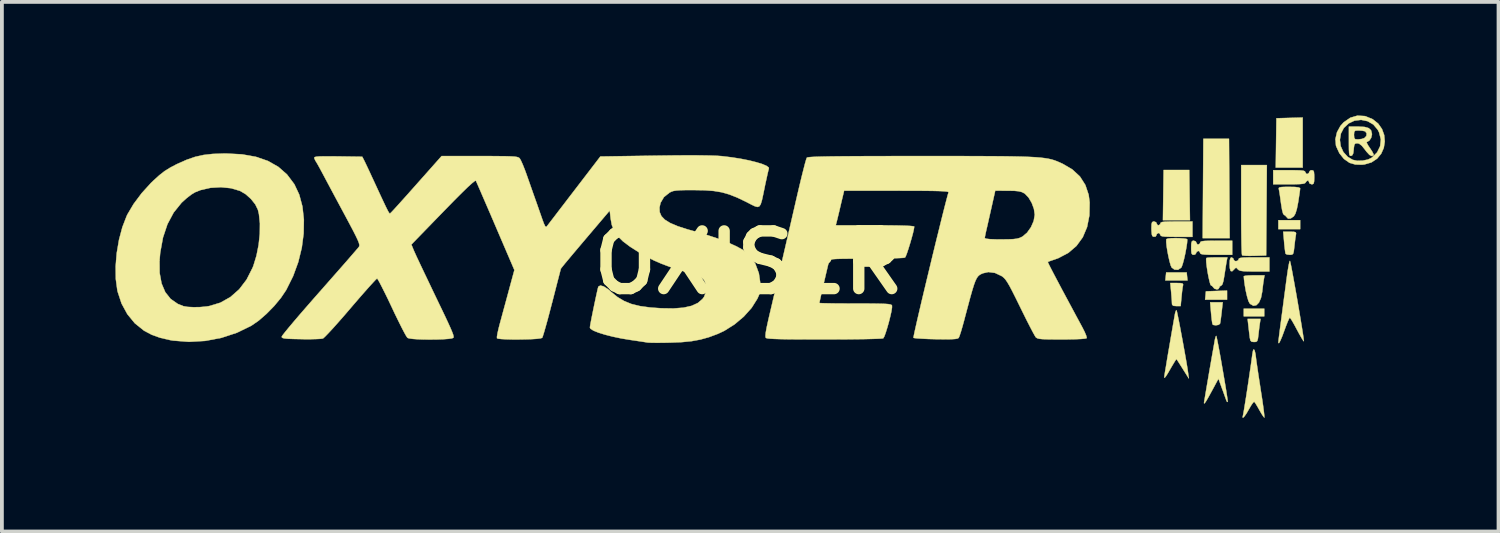
<source format=kicad_pcb>
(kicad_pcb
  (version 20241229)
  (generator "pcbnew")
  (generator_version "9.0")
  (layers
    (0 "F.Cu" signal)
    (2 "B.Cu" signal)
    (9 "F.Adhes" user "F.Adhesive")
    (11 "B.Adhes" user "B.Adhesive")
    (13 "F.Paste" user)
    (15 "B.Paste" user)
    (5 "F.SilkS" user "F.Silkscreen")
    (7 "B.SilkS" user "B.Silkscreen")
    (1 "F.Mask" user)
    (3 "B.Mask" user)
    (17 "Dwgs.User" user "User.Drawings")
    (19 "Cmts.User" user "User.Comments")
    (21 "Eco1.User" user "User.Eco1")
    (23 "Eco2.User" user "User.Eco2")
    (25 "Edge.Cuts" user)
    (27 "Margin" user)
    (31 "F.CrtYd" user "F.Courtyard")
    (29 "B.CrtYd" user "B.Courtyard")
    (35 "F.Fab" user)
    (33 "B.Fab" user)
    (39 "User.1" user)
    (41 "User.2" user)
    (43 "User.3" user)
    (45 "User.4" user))
  (footprint "OXISER"
    (layer "F.Cu")
    (at 16.732 3.884)
    (property "Reference" "OXISER" (at 0 0 0) (layer "F.SilkS") (effects (font (size 1.524 1.524) (thickness 0.3))))
    (attr through_hole)
    (fp_poly (pts (xy 13.614 1.422) (xy 13.073 1.422) (xy 13.073 1.219) (xy 13.614 1.219) (xy 13.614 1.422)) (stroke (width 0.01) (type solid)) (fill yes) (layer "F.SilkS"))
    (fp_poly (pts (xy 14.563 -0.881) (xy 13.987 -0.881) (xy 13.987 -1.118) (xy 14.563 -1.118) (xy 14.563 -0.881)) (stroke (width 0.01) (type solid)) (fill yes) (layer "F.SilkS"))
    (fp_poly (pts (xy 14.63 -2.506) (xy 13.918 -2.506) (xy 13.936 -3.81) (xy 14.283 -3.82) (xy 14.63 -3.829) (xy 14.63 -2.506)) (stroke (width 0.01) (type solid)) (fill yes) (layer "F.SilkS"))
    (fp_poly (pts (xy 11.576 0.368) (xy 11.587 0.474) (xy 11.002 0.474) (xy 11.013 0.368) (xy 11.024 0.261) (xy 11.565 0.261) (xy 11.576 0.368)) (stroke (width 0.01) (type solid)) (fill yes) (layer "F.SilkS"))
    (fp_poly (pts (xy 11.642 -1.781) (xy 11.652 -1.118) (xy 10.938 -1.118) (xy 10.947 -1.781) (xy 10.956 -2.444) (xy 11.633 -2.444) (xy 11.642 -1.781)) (stroke (width 0.01) (type solid)) (fill yes) (layer "F.SilkS"))
    (fp_poly (pts (xy 12.632 0.982) (xy 12.052 0.982) (xy 12.063 0.872) (xy 12.073 0.762) (xy 12.353 0.752) (xy 12.632 0.742) (xy 12.632 0.982)) (stroke (width 0.01) (type solid)) (fill yes) (layer "F.SilkS"))
    (fp_poly (pts (xy 12.692 -1.956) (xy 12.701 -0.643) (xy 11.988 -0.643) (xy 11.997 -1.956) (xy 12.006 -3.268) (xy 12.683 -3.268) (xy 12.692 -1.956)) (stroke (width 0.01) (type solid)) (fill yes) (layer "F.SilkS"))
    (fp_poly (pts (xy 12.489 1.312) (xy 12.473 1.443) (xy 12.459 1.549) (xy 12.447 1.612) (xy 12.446 1.617) (xy 12.406 1.647) (xy 12.335 1.659) (xy 12.27 1.65) (xy 12.249 1.634) (xy 12.239 1.591) (xy 12.226 1.497) (xy 12.213 1.372) (xy 12.209 1.329) (xy 12.185 1.05) (xy 12.518 1.05) (xy 12.489 1.312)) (stroke (width 0.01) (type solid)) (fill yes) (layer "F.SilkS"))
    (fp_poly (pts (xy 13.665 -0.186) (xy 13.359 -0.177) (xy 13.221 -0.175) (xy 13.109 -0.178) (xy 13.041 -0.186) (xy 13.029 -0.191) (xy 13.023 -0.229) (xy 13.018 -0.327) (xy 13.013 -0.477) (xy 13.01 -0.671) (xy 13.007 -0.902) (xy 13.005 -1.16) (xy 13.005 -1.394) (xy 13.005 -2.574) (xy 13.683 -2.574) (xy 13.665 -0.186)) (stroke (width 0.01) (type solid)) (fill yes) (layer "F.SilkS"))
    (fp_poly (pts (xy 13.499 1.6) (xy 13.485 1.697) (xy 13.47 1.826) (xy 13.461 1.905) (xy 13.447 2.014) (xy 13.429 2.073) (xy 13.398 2.096) (xy 13.343 2.1) (xy 13.281 2.093) (xy 13.249 2.061) (xy 13.232 1.985) (xy 13.229 1.956) (xy 13.213 1.827) (xy 13.197 1.685) (xy 13.193 1.651) (xy 13.175 1.49) (xy 13.516 1.49) (xy 13.499 1.6)) (stroke (width 0.01) (type solid)) (fill yes) (layer "F.SilkS"))
    (fp_poly (pts (xy 11.412 0.545) (xy 11.461 0.558) (xy 11.472 0.585) (xy 11.469 0.601) (xy 11.457 0.663) (xy 11.443 0.77) (xy 11.43 0.899) (xy 11.429 0.906) (xy 11.406 1.151) (xy 11.291 1.151) (xy 11.212 1.144) (xy 11.18 1.114) (xy 11.176 1.075) (xy 11.173 1.003) (xy 11.164 0.889) (xy 11.154 0.77) (xy 11.132 0.542) (xy 11.309 0.542) (xy 11.412 0.545)) (stroke (width 0.01) (type solid)) (fill yes) (layer "F.SilkS"))
    (fp_poly (pts (xy 14.393 -0.811) (xy 14.443 -0.8) (xy 14.456 -0.77) (xy 14.449 -0.72) (xy 14.435 -0.635) (xy 14.42 -0.514) (xy 14.409 -0.415) (xy 14.395 -0.3) (xy 14.379 -0.236) (xy 14.351 -0.209) (xy 14.303 -0.203) (xy 14.29 -0.203) (xy 14.216 -0.211) (xy 14.179 -0.229) (xy 14.169 -0.272) (xy 14.157 -0.365) (xy 14.143 -0.491) (xy 14.14 -0.533) (xy 14.115 -0.813) (xy 14.291 -0.813) (xy 14.393 -0.811)) (stroke (width 0.01) (type solid)) (fill yes) (layer "F.SilkS"))
    (fp_poly (pts (xy 13.603 0.449) (xy 13.588 0.543) (xy 13.572 0.672) (xy 13.561 0.77) (xy 13.528 0.937) (xy 13.475 1.058) (xy 13.406 1.128) (xy 13.328 1.143) (xy 13.246 1.097) (xy 13.226 1.076) (xy 13.195 1.012) (xy 13.161 0.899) (xy 13.128 0.755) (xy 13.1 0.598) (xy 13.08 0.446) (xy 13.074 0.364) (xy 13.104 0.352) (xy 13.187 0.343) (xy 13.305 0.339) (xy 13.347 0.339) (xy 13.622 0.339) (xy 13.603 0.449)) (stroke (width 0.01) (type solid)) (fill yes) (layer "F.SilkS"))
    (fp_poly (pts (xy 11.382 -0.641) (xy 11.487 -0.634) (xy 11.56 -0.623) (xy 11.582 -0.609) (xy 11.575 -0.513) (xy 11.555 -0.382) (xy 11.528 -0.236) (xy 11.496 -0.093) (xy 11.463 0.03) (xy 11.434 0.114) (xy 11.421 0.136) (xy 11.336 0.193) (xy 11.242 0.187) (xy 11.17 0.135) (xy 11.144 0.08) (xy 11.115 -0.021) (xy 11.085 -0.152) (xy 11.057 -0.294) (xy 11.036 -0.429) (xy 11.025 -0.54) (xy 11.026 -0.609) (xy 11.03 -0.618) (xy 11.069 -0.632) (xy 11.153 -0.641) (xy 11.264 -0.644) (xy 11.382 -0.641)) (stroke (width 0.01) (type solid)) (fill yes) (layer "F.SilkS"))
    (fp_poly (pts (xy 13.75 0.237) (xy 13.356 0.237) (xy 13.182 0.236) (xy 13.063 0.23) (xy 12.987 0.219) (xy 12.941 0.201) (xy 12.915 0.178) (xy 12.876 0.137) (xy 12.845 0.152) (xy 12.823 0.178) (xy 12.766 0.233) (xy 12.726 0.224) (xy 12.705 0.15) (xy 12.7 0.051) (xy 12.705 -0.062) (xy 12.721 -0.119) (xy 12.751 -0.135) (xy 12.796 -0.108) (xy 12.802 -0.085) (xy 12.83 -0.043) (xy 12.869 -0.034) (xy 12.924 -0.055) (xy 12.937 -0.085) (xy 12.947 -0.107) (xy 12.985 -0.121) (xy 13.06 -0.13) (xy 13.183 -0.134) (xy 13.343 -0.135) (xy 13.75 -0.135) (xy 13.75 0.237)) (stroke (width 0.01) (type solid)) (fill yes) (layer "F.SilkS"))
    (fp_poly (pts (xy 12.622 -0.042) (xy 12.609 0.035) (xy 12.59 0.156) (xy 12.568 0.298) (xy 12.563 0.33) (xy 12.537 0.483) (xy 12.51 0.575) (xy 12.481 0.609) (xy 12.476 0.61) (xy 12.434 0.637) (xy 12.429 0.66) (xy 12.401 0.702) (xy 12.36 0.711) (xy 12.295 0.689) (xy 12.272 0.66) (xy 12.232 0.615) (xy 12.21 0.61) (xy 12.191 0.579) (xy 12.168 0.497) (xy 12.142 0.382) (xy 12.117 0.249) (xy 12.097 0.116) (xy 12.083 -0.001) (xy 12.079 -0.086) (xy 12.085 -0.119) (xy 12.125 -0.127) (xy 12.214 -0.133) (xy 12.337 -0.135) (xy 12.371 -0.135) (xy 12.641 -0.135) (xy 12.622 -0.042)) (stroke (width 0.01) (type solid)) (fill yes) (layer "F.SilkS"))
    (fp_poly (pts (xy 14.426 -1.995) (xy 14.519 -1.984) (xy 14.559 -1.966) (xy 14.563 -1.956) (xy 14.557 -1.905) (xy 14.543 -1.805) (xy 14.523 -1.673) (xy 14.512 -1.6) (xy 14.476 -1.416) (xy 14.438 -1.292) (xy 14.395 -1.22) (xy 14.393 -1.219) (xy 14.312 -1.163) (xy 14.243 -1.159) (xy 14.202 -1.202) (xy 14.162 -1.247) (xy 14.141 -1.253) (xy 14.113 -1.287) (xy 14.086 -1.386) (xy 14.059 -1.551) (xy 14.057 -1.566) (xy 14.037 -1.711) (xy 14.019 -1.835) (xy 14.004 -1.918) (xy 13.999 -1.939) (xy 13.998 -1.968) (xy 14.021 -1.985) (xy 14.081 -1.994) (xy 14.19 -1.998) (xy 14.273 -1.998) (xy 14.426 -1.995)) (stroke (width 0.01) (type solid)) (fill yes) (layer "F.SilkS"))
    (fp_poly (pts (xy 14.454 -2.437) (xy 14.576 -2.433) (xy 14.65 -2.424) (xy 14.688 -2.409) (xy 14.698 -2.388) (xy 14.698 -2.388) (xy 14.725 -2.343) (xy 14.749 -2.337) (xy 14.794 -2.364) (xy 14.8 -2.388) (xy 14.828 -2.429) (xy 14.867 -2.438) (xy 14.907 -2.43) (xy 14.927 -2.395) (xy 14.934 -2.317) (xy 14.935 -2.252) (xy 14.932 -2.144) (xy 14.92 -2.088) (xy 14.891 -2.068) (xy 14.867 -2.066) (xy 14.812 -2.087) (xy 14.8 -2.117) (xy 14.781 -2.162) (xy 14.765 -2.167) (xy 14.724 -2.14) (xy 14.71 -2.117) (xy 14.69 -2.095) (xy 14.642 -2.08) (xy 14.556 -2.071) (xy 14.422 -2.067) (xy 14.271 -2.066) (xy 13.851 -2.066) (xy 13.851 -2.438) (xy 14.275 -2.438) (xy 14.454 -2.437)) (stroke (width 0.01) (type solid)) (fill yes) (layer "F.SilkS"))
    (fp_poly (pts (xy 11.718 -0.677) (xy 11.295 -0.677) (xy 11.115 -0.679) (xy 10.993 -0.683) (xy 10.919 -0.692) (xy 10.882 -0.706) (xy 10.871 -0.728) (xy 10.871 -0.728) (xy 10.844 -0.773) (xy 10.82 -0.779) (xy 10.775 -0.752) (xy 10.77 -0.728) (xy 10.744 -0.685) (xy 10.691 -0.68) (xy 10.657 -0.7) (xy 10.644 -0.744) (xy 10.636 -0.833) (xy 10.634 -0.903) (xy 10.637 -1.009) (xy 10.651 -1.063) (xy 10.681 -1.082) (xy 10.702 -1.084) (xy 10.757 -1.063) (xy 10.77 -1.033) (xy 10.797 -0.988) (xy 10.82 -0.982) (xy 10.865 -1.009) (xy 10.871 -1.033) (xy 10.881 -1.054) (xy 10.918 -1.069) (xy 10.992 -1.078) (xy 11.113 -1.082) (xy 11.291 -1.084) (xy 11.295 -1.084) (xy 11.718 -1.084) (xy 11.718 -0.677)) (stroke (width 0.01) (type solid)) (fill yes) (layer "F.SilkS"))
    (fp_poly (pts (xy 12.768 -0.203) (xy 12.344 -0.203) (xy 12.165 -0.204) (xy 12.043 -0.209) (xy 11.969 -0.218) (xy 11.931 -0.232) (xy 11.921 -0.254) (xy 11.921 -0.254) (xy 11.894 -0.299) (xy 11.87 -0.305) (xy 11.825 -0.278) (xy 11.819 -0.254) (xy 11.791 -0.213) (xy 11.752 -0.203) (xy 11.713 -0.211) (xy 11.692 -0.246) (xy 11.685 -0.324) (xy 11.684 -0.389) (xy 11.687 -0.497) (xy 11.7 -0.553) (xy 11.728 -0.574) (xy 11.752 -0.576) (xy 11.807 -0.555) (xy 11.819 -0.525) (xy 11.847 -0.48) (xy 11.87 -0.474) (xy 11.915 -0.501) (xy 11.921 -0.525) (xy 11.931 -0.546) (xy 11.968 -0.561) (xy 12.042 -0.57) (xy 12.162 -0.574) (xy 12.341 -0.576) (xy 12.344 -0.576) (xy 12.768 -0.576) (xy 12.768 -0.203)) (stroke (width 0.01) (type solid)) (fill yes) (layer "F.SilkS"))
    (fp_poly (pts (xy 11.308 1.298) (xy 11.327 1.39) (xy 11.355 1.527) (xy 11.388 1.697) (xy 11.424 1.89) (xy 11.462 2.094) (xy 11.499 2.299) (xy 11.534 2.494) (xy 11.564 2.667) (xy 11.587 2.807) (xy 11.6 2.896) (xy 11.623 3.065) (xy 11.463 2.811) (xy 11.391 2.697) (xy 11.334 2.608) (xy 11.301 2.556) (xy 11.296 2.549) (xy 11.278 2.572) (xy 11.234 2.642) (xy 11.173 2.744) (xy 11.144 2.794) (xy 11.066 2.929) (xy 11.014 3.01) (xy 10.985 3.044) (xy 10.974 3.037) (xy 10.973 3.026) (xy 10.978 2.987) (xy 10.993 2.891) (xy 11.017 2.752) (xy 11.045 2.579) (xy 11.078 2.383) (xy 11.114 2.176) (xy 11.149 1.97) (xy 11.183 1.774) (xy 11.213 1.6) (xy 11.238 1.459) (xy 11.255 1.363) (xy 11.263 1.325) (xy 11.282 1.271) (xy 11.297 1.261) (xy 11.308 1.298)) (stroke (width 0.01) (type solid)) (fill yes) (layer "F.SilkS"))
    (fp_poly (pts (xy 12.357 1.975) (xy 12.376 2.067) (xy 12.403 2.205) (xy 12.435 2.376) (xy 12.47 2.57) (xy 12.506 2.778) (xy 12.542 2.986) (xy 12.576 3.186) (xy 12.606 3.366) (xy 12.629 3.516) (xy 12.645 3.624) (xy 12.651 3.68) (xy 12.65 3.685) (xy 12.627 3.674) (xy 12.617 3.654) (xy 12.598 3.602) (xy 12.563 3.504) (xy 12.518 3.379) (xy 12.502 3.338) (xy 12.405 3.069) (xy 12.228 3.397) (xy 12.141 3.555) (xy 12.081 3.659) (xy 12.044 3.713) (xy 12.026 3.724) (xy 12.023 3.71) (xy 12.028 3.673) (xy 12.044 3.58) (xy 12.067 3.442) (xy 12.096 3.271) (xy 12.129 3.078) (xy 12.164 2.872) (xy 12.2 2.667) (xy 12.234 2.471) (xy 12.265 2.297) (xy 12.29 2.156) (xy 12.307 2.058) (xy 12.314 2.021) (xy 12.332 1.957) (xy 12.346 1.938) (xy 12.357 1.975)) (stroke (width 0.01) (type solid)) (fill yes) (layer "F.SilkS"))
    (fp_poly (pts (xy 13.36 2.322) (xy 13.382 2.415) (xy 13.395 2.514) (xy 13.408 2.614) (xy 13.43 2.766) (xy 13.458 2.957) (xy 13.491 3.171) (xy 13.525 3.394) (xy 13.528 3.412) (xy 13.56 3.618) (xy 13.586 3.799) (xy 13.605 3.946) (xy 13.616 4.048) (xy 13.618 4.096) (xy 13.616 4.098) (xy 13.591 4.07) (xy 13.544 3.999) (xy 13.486 3.898) (xy 13.485 3.896) (xy 13.425 3.791) (xy 13.377 3.713) (xy 13.349 3.678) (xy 13.322 3.698) (xy 13.275 3.764) (xy 13.216 3.864) (xy 13.207 3.88) (xy 13.142 3.992) (xy 13.089 4.067) (xy 13.054 4.101) (xy 13.042 4.087) (xy 13.053 4.038) (xy 13.063 3.989) (xy 13.081 3.885) (xy 13.105 3.737) (xy 13.134 3.557) (xy 13.165 3.356) (xy 13.197 3.147) (xy 13.227 2.94) (xy 13.256 2.748) (xy 13.279 2.582) (xy 13.296 2.453) (xy 13.299 2.431) (xy 13.318 2.328) (xy 13.338 2.293) (xy 13.36 2.322)) (stroke (width 0.01) (type solid)) (fill yes) (layer "F.SilkS"))
    (fp_poly (pts (xy 14.293 -0.043) (xy 14.304 -0.004) (xy 14.324 0.091) (xy 14.351 0.232) (xy 14.384 0.411) (xy 14.421 0.616) (xy 14.461 0.839) (xy 14.501 1.07) (xy 14.54 1.299) (xy 14.576 1.515) (xy 14.608 1.71) (xy 14.634 1.874) (xy 14.652 1.996) (xy 14.66 2.067) (xy 14.66 2.082) (xy 14.64 2.059) (xy 14.596 1.988) (xy 14.535 1.88) (xy 14.479 1.776) (xy 14.409 1.645) (xy 14.349 1.54) (xy 14.306 1.474) (xy 14.289 1.456) (xy 14.269 1.486) (xy 14.233 1.566) (xy 14.187 1.683) (xy 14.155 1.77) (xy 14.091 1.944) (xy 14.04 2.064) (xy 14.006 2.127) (xy 13.989 2.129) (xy 13.987 2.11) (xy 13.991 2.067) (xy 14.003 1.967) (xy 14.021 1.822) (xy 14.044 1.644) (xy 14.071 1.442) (xy 14.072 1.435) (xy 14.104 1.195) (xy 14.137 0.941) (xy 14.17 0.696) (xy 14.198 0.481) (xy 14.214 0.364) (xy 14.237 0.205) (xy 14.259 0.077) (xy 14.277 -0.01) (xy 14.291 -0.043) (xy 14.293 -0.043)) (stroke (width 0.01) (type solid)) (fill yes) (layer "F.SilkS"))
    (fp_poly (pts (xy 16.269 -3.868) (xy 16.289 -3.863) (xy 16.479 -3.785) (xy 16.624 -3.669) (xy 16.725 -3.525) (xy 16.783 -3.364) (xy 16.798 -3.195) (xy 16.772 -3.028) (xy 16.704 -2.875) (xy 16.596 -2.744) (xy 16.448 -2.645) (xy 16.261 -2.59) (xy 16.194 -2.583) (xy 16.023 -2.588) (xy 15.879 -2.629) (xy 15.861 -2.637) (xy 15.719 -2.737) (xy 15.599 -2.886) (xy 15.517 -3.064) (xy 15.508 -3.092) (xy 15.497 -3.239) (xy 15.612 -3.239) (xy 15.634 -3.073) (xy 15.703 -2.919) (xy 15.819 -2.791) (xy 15.951 -2.712) (xy 16.07 -2.687) (xy 16.215 -2.691) (xy 16.355 -2.72) (xy 16.453 -2.767) (xy 16.595 -2.908) (xy 16.676 -3.073) (xy 16.695 -3.251) (xy 16.649 -3.434) (xy 16.613 -3.506) (xy 16.496 -3.645) (xy 16.344 -3.733) (xy 16.173 -3.768) (xy 15.996 -3.746) (xy 15.845 -3.675) (xy 15.716 -3.554) (xy 15.638 -3.404) (xy 15.612 -3.239) (xy 15.497 -3.239) (xy 15.495 -3.263) (xy 15.536 -3.441) (xy 15.626 -3.606) (xy 15.712 -3.702) (xy 15.888 -3.824) (xy 16.075 -3.879) (xy 16.269 -3.868)) (stroke (width 0.01) (type solid)) (fill yes) (layer "F.SilkS"))
    (fp_poly (pts (xy 16.265 -3.581) (xy 16.375 -3.549) (xy 16.436 -3.491) (xy 16.459 -3.4) (xy 16.459 -3.378) (xy 16.438 -3.292) (xy 16.389 -3.219) (xy 16.328 -3.184) (xy 16.321 -3.183) (xy 16.323 -3.159) (xy 16.357 -3.095) (xy 16.408 -3.019) (xy 16.467 -2.929) (xy 16.501 -2.861) (xy 16.504 -2.833) (xy 16.455 -2.812) (xy 16.394 -2.842) (xy 16.314 -2.929) (xy 16.276 -2.98) (xy 16.191 -3.086) (xy 16.121 -3.139) (xy 16.072 -3.15) (xy 16.021 -3.143) (xy 15.994 -3.11) (xy 15.982 -3.034) (xy 15.978 -2.989) (xy 15.965 -2.883) (xy 15.937 -2.83) (xy 15.909 -2.817) (xy 15.883 -2.818) (xy 15.866 -2.84) (xy 15.856 -2.893) (xy 15.851 -2.989) (xy 15.85 -3.138) (xy 15.85 -3.198) (xy 15.85 -3.37) (xy 15.985 -3.37) (xy 15.991 -3.29) (xy 16.019 -3.257) (xy 16.089 -3.251) (xy 16.187 -3.263) (xy 16.258 -3.286) (xy 16.311 -3.341) (xy 16.32 -3.409) (xy 16.283 -3.461) (xy 16.27 -3.468) (xy 16.2 -3.482) (xy 16.104 -3.488) (xy 16.101 -3.488) (xy 16.023 -3.483) (xy 15.991 -3.453) (xy 15.985 -3.377) (xy 15.985 -3.37) (xy 15.85 -3.37) (xy 15.85 -3.59) (xy 16.098 -3.59) (xy 16.265 -3.581)) (stroke (width 0.01) (type solid)) (fill yes) (layer "F.SilkS"))
    (fp_poly (pts (xy -13.39 -2.857) (xy -13.023 -2.792) (xy -12.703 -2.682) (xy -12.43 -2.527) (xy -12.2 -2.325) (xy -12.012 -2.075) (xy -12.006 -2.067) (xy -11.877 -1.792) (xy -11.793 -1.478) (xy -11.755 -1.133) (xy -11.761 -0.768) (xy -11.81 -0.391) (xy -11.903 -0.012) (xy -12.039 0.36) (xy -12.216 0.715) (xy -12.222 0.727) (xy -12.362 0.935) (xy -12.541 1.151) (xy -12.742 1.356) (xy -12.948 1.535) (xy -13.142 1.669) (xy -13.523 1.855) (xy -13.934 1.99) (xy -14.361 2.071) (xy -14.791 2.096) (xy -15.209 2.063) (xy -15.291 2.049) (xy -15.553 1.988) (xy -15.771 1.91) (xy -15.966 1.807) (xy -15.989 1.792) (xy -16.222 1.604) (xy -16.418 1.365) (xy -16.571 1.084) (xy -16.674 0.772) (xy -16.683 0.733) (xy -16.723 0.436) (xy -16.727 0.102) (xy -16.715 -0.047) (xy -15.568 -0.047) (xy -15.565 0.277) (xy -15.514 0.554) (xy -15.417 0.783) (xy -15.274 0.963) (xy -15.084 1.095) (xy -14.935 1.154) (xy -14.823 1.173) (xy -14.668 1.181) (xy -14.494 1.178) (xy -14.327 1.162) (xy -14.257 1.151) (xy -13.961 1.062) (xy -13.696 0.913) (xy -13.463 0.708) (xy -13.267 0.45) (xy -13.111 0.142) (xy -13.088 0.085) (xy -13.007 -0.18) (xy -12.95 -0.467) (xy -12.919 -0.758) (xy -12.916 -1.035) (xy -12.942 -1.279) (xy -12.969 -1.393) (xy -13.038 -1.535) (xy -13.154 -1.68) (xy -13.295 -1.806) (xy -13.44 -1.891) (xy -13.678 -1.962) (xy -13.945 -1.989) (xy -14.22 -1.973) (xy -14.481 -1.914) (xy -14.628 -1.856) (xy -14.727 -1.796) (xy -14.848 -1.703) (xy -14.967 -1.596) (xy -14.987 -1.577) (xy -15.195 -1.319) (xy -15.359 -1.012) (xy -15.477 -0.658) (xy -15.55 -0.259) (xy -15.568 -0.047) (xy -16.715 -0.047) (xy -16.698 -0.25) (xy -16.638 -0.602) (xy -16.55 -0.933) (xy -16.437 -1.226) (xy -16.416 -1.27) (xy -16.252 -1.547) (xy -16.04 -1.83) (xy -15.795 -2.1) (xy -15.732 -2.161) (xy -15.573 -2.305) (xy -15.434 -2.414) (xy -15.288 -2.505) (xy -15.113 -2.597) (xy -15.093 -2.606) (xy -14.852 -2.713) (xy -14.63 -2.79) (xy -14.408 -2.84) (xy -14.164 -2.868) (xy -13.879 -2.878) (xy -13.808 -2.879) (xy -13.39 -2.857)) (stroke (width 0.01) (type solid)) (fill yes) (layer "F.SilkS"))
    (fp_poly (pts (xy 5.106 -2.811) (xy 5.587 -2.811) (xy 6.01 -2.81) (xy 6.379 -2.808) (xy 6.698 -2.806) (xy 6.971 -2.802) (xy 7.204 -2.797) (xy 7.401 -2.79) (xy 7.566 -2.781) (xy 7.704 -2.77) (xy 7.819 -2.756) (xy 7.916 -2.74) (xy 7.999 -2.721) (xy 8.072 -2.699) (xy 8.141 -2.673) (xy 8.21 -2.643) (xy 8.283 -2.61) (xy 8.286 -2.609) (xy 8.544 -2.458) (xy 8.746 -2.271) (xy 8.889 -2.047) (xy 8.976 -1.788) (xy 9.002 -1.588) (xy 8.995 -1.244) (xy 8.934 -0.936) (xy 8.82 -0.666) (xy 8.654 -0.438) (xy 8.439 -0.254) (xy 8.175 -0.115) (xy 8.081 -0.081) (xy 7.982 -0.048) (xy 7.915 -0.023) (xy 7.897 -0.015) (xy 7.909 0.017) (xy 7.954 0.108) (xy 8.03 0.256) (xy 8.138 0.461) (xy 8.275 0.72) (xy 8.443 1.033) (xy 8.64 1.4) (xy 8.812 1.719) (xy 8.871 1.836) (xy 8.911 1.932) (xy 8.926 1.99) (xy 8.924 1.998) (xy 8.883 2.01) (xy 8.78 2.02) (xy 8.623 2.027) (xy 8.417 2.031) (xy 8.267 2.032) (xy 8.041 2.031) (xy 7.873 2.029) (xy 7.754 2.024) (xy 7.674 2.016) (xy 7.623 2.003) (xy 7.591 1.985) (xy 7.578 1.973) (xy 7.549 1.926) (xy 7.495 1.828) (xy 7.422 1.688) (xy 7.333 1.514) (xy 7.235 1.316) (xy 7.167 1.178) (xy 7.051 0.942) (xy 6.959 0.759) (xy 6.887 0.622) (xy 6.828 0.522) (xy 6.78 0.452) (xy 6.737 0.404) (xy 6.694 0.369) (xy 6.681 0.36) (xy 6.501 0.275) (xy 6.327 0.252) (xy 6.185 0.284) (xy 6.134 0.306) (xy 6.091 0.331) (xy 6.054 0.365) (xy 6.019 0.415) (xy 5.984 0.487) (xy 5.946 0.59) (xy 5.903 0.728) (xy 5.851 0.91) (xy 5.789 1.142) (xy 5.712 1.431) (xy 5.688 1.524) (xy 5.643 1.687) (xy 5.602 1.828) (xy 5.567 1.934) (xy 5.544 1.989) (xy 5.542 1.992) (xy 5.513 2.009) (xy 5.452 2.02) (xy 5.348 2.027) (xy 5.196 2.029) (xy 4.985 2.026) (xy 4.941 2.026) (xy 4.752 2.021) (xy 4.586 2.013) (xy 4.455 2.005) (xy 4.372 1.996) (xy 4.348 1.989) (xy 4.353 1.954) (xy 4.372 1.86) (xy 4.404 1.715) (xy 4.447 1.525) (xy 4.5 1.298) (xy 4.56 1.04) (xy 4.627 0.759) (xy 4.698 0.462) (xy 4.772 0.155) (xy 4.846 -0.153) (xy 4.92 -0.457) (xy 4.966 -0.645) (xy 6.231 -0.645) (xy 6.265 -0.629) (xy 6.362 -0.617) (xy 6.52 -0.611) (xy 6.663 -0.61) (xy 6.848 -0.612) (xy 6.979 -0.617) (xy 7.073 -0.628) (xy 7.144 -0.646) (xy 7.207 -0.674) (xy 7.229 -0.686) (xy 7.349 -0.787) (xy 7.452 -0.932) (xy 7.524 -1.097) (xy 7.552 -1.259) (xy 7.552 -1.265) (xy 7.53 -1.417) (xy 7.472 -1.575) (xy 7.389 -1.715) (xy 7.293 -1.816) (xy 7.275 -1.828) (xy 7.207 -1.862) (xy 7.126 -1.882) (xy 7.015 -1.893) (xy 6.855 -1.896) (xy 6.835 -1.896) (xy 6.508 -1.897) (xy 6.419 -1.499) (xy 6.378 -1.318) (xy 6.337 -1.137) (xy 6.302 -0.981) (xy 6.281 -0.891) (xy 6.255 -0.776) (xy 6.237 -0.686) (xy 6.231 -0.645) (xy 4.966 -0.645) (xy 4.992 -0.748) (xy 5.059 -1.021) (xy 5.12 -1.267) (xy 5.174 -1.48) (xy 5.219 -1.653) (xy 5.252 -1.778) (xy 5.273 -1.849) (xy 5.275 -1.854) (xy 5.266 -1.865) (xy 5.226 -1.874) (xy 5.152 -1.881) (xy 5.037 -1.887) (xy 4.876 -1.891) (xy 4.666 -1.894) (xy 4.4 -1.896) (xy 4.073 -1.896) (xy 3.903 -1.897) (xy 2.516 -1.897) (xy 2.425 -1.516) (xy 2.388 -1.356) (xy 2.354 -1.215) (xy 2.328 -1.109) (xy 2.315 -1.058) (xy 2.295 -0.982) (xy 3.332 -0.982) (xy 3.645 -0.981) (xy 3.907 -0.978) (xy 4.113 -0.973) (xy 4.261 -0.966) (xy 4.347 -0.957) (xy 4.369 -0.949) (xy 4.359 -0.884) (xy 4.335 -0.776) (xy 4.299 -0.643) (xy 4.257 -0.498) (xy 4.214 -0.359) (xy 4.174 -0.24) (xy 4.142 -0.159) (xy 4.125 -0.131) (xy 4.081 -0.123) (xy 3.978 -0.117) (xy 3.825 -0.111) (xy 3.632 -0.107) (xy 3.407 -0.104) (xy 3.159 -0.102) (xy 3.11 -0.102) (xy 2.827 -0.102) (xy 2.604 -0.1) (xy 2.434 -0.098) (xy 2.311 -0.094) (xy 2.225 -0.088) (xy 2.17 -0.079) (xy 2.139 -0.067) (xy 2.124 -0.052) (xy 2.12 -0.042) (xy 2.107 0.008) (xy 2.082 0.108) (xy 2.05 0.244) (xy 2.013 0.402) (xy 1.974 0.569) (xy 1.937 0.732) (xy 1.904 0.876) (xy 1.879 0.989) (xy 1.865 1.056) (xy 1.863 1.069) (xy 1.895 1.073) (xy 1.987 1.076) (xy 2.129 1.079) (xy 2.313 1.082) (xy 2.531 1.083) (xy 2.774 1.084) (xy 2.812 1.084) (xy 3.094 1.084) (xy 3.316 1.086) (xy 3.484 1.089) (xy 3.607 1.093) (xy 3.691 1.1) (xy 3.743 1.11) (xy 3.771 1.123) (xy 3.781 1.136) (xy 3.781 1.191) (xy 3.765 1.293) (xy 3.735 1.426) (xy 3.698 1.574) (xy 3.656 1.722) (xy 3.615 1.853) (xy 3.579 1.952) (xy 3.551 2.001) (xy 3.549 2.003) (xy 3.507 2.009) (xy 3.404 2.014) (xy 3.248 2.019) (xy 3.045 2.024) (xy 2.803 2.027) (xy 2.528 2.03) (xy 2.227 2.031) (xy 1.994 2.031) (xy 1.615 2.031) (xy 1.299 2.03) (xy 1.041 2.028) (xy 0.837 2.024) (xy 0.681 2.019) (xy 0.569 2.013) (xy 0.495 2.005) (xy 0.456 1.995) (xy 0.447 1.99) (xy 0.438 1.945) (xy 0.446 1.852) (xy 0.473 1.705) (xy 0.518 1.499) (xy 0.528 1.456) (xy 0.581 1.23) (xy 0.648 0.945) (xy 0.726 0.61) (xy 0.814 0.23) (xy 0.91 -0.184) (xy 1.013 -0.628) (xy 1.12 -1.092) (xy 1.23 -1.569) (xy 1.286 -1.812) (xy 1.343 -2.053) (xy 1.396 -2.273) (xy 1.444 -2.463) (xy 1.483 -2.615) (xy 1.513 -2.719) (xy 1.531 -2.767) (xy 1.532 -2.769) (xy 1.551 -2.776) (xy 1.599 -2.783) (xy 1.678 -2.789) (xy 1.792 -2.794) (xy 1.945 -2.798) (xy 2.14 -2.802) (xy 2.381 -2.805) (xy 2.671 -2.807) (xy 3.014 -2.809) (xy 3.412 -2.81) (xy 3.871 -2.811) (xy 4.393 -2.811) (xy 4.561 -2.811) (xy 5.106 -2.811)) (stroke (width 0.01) (type solid)) (fill yes) (layer "F.SilkS"))
    (fp_poly (pts (xy -1.323 -2.83) (xy -1.051 -2.826) (xy -0.842 -2.819) (xy -0.708 -2.809) (xy -0.455 -2.778) (xy -0.214 -2.74) (xy 0.007 -2.696) (xy 0.199 -2.648) (xy 0.355 -2.6) (xy 0.466 -2.553) (xy 0.525 -2.509) (xy 0.528 -2.477) (xy 0.516 -2.437) (xy 0.494 -2.345) (xy 0.465 -2.211) (xy 0.43 -2.051) (xy 0.423 -2.015) (xy 0.379 -1.8) (xy 0.345 -1.644) (xy 0.313 -1.54) (xy 0.277 -1.484) (xy 0.229 -1.467) (xy 0.16 -1.485) (xy 0.064 -1.531) (xy -0.066 -1.599) (xy -0.074 -1.603) (xy -0.31 -1.716) (xy -0.518 -1.798) (xy -0.718 -1.855) (xy -0.929 -1.89) (xy -1.169 -1.908) (xy -1.456 -1.913) (xy -1.661 -1.913) (xy -1.811 -1.909) (xy -1.918 -1.901) (xy -1.994 -1.889) (xy -2.051 -1.869) (xy -2.096 -1.846) (xy -2.244 -1.727) (xy -2.333 -1.576) (xy -2.361 -1.452) (xy -2.356 -1.332) (xy -2.311 -1.226) (xy -2.22 -1.131) (xy -2.078 -1.043) (xy -1.881 -0.959) (xy -1.624 -0.876) (xy -1.47 -0.833) (xy -1.137 -0.737) (xy -0.83 -0.635) (xy -0.557 -0.53) (xy -0.325 -0.425) (xy -0.142 -0.324) (xy -0.015 -0.23) (xy 0.016 -0.198) (xy 0.171 0.032) (xy 0.264 0.284) (xy 0.298 0.516) (xy 0.303 0.659) (xy 0.296 0.762) (xy 0.272 0.85) (xy 0.227 0.952) (xy 0.225 0.956) (xy 0.072 1.199) (xy -0.134 1.429) (xy -0.38 1.636) (xy -0.651 1.806) (xy -0.822 1.886) (xy -1.056 1.973) (xy -1.279 2.035) (xy -1.512 2.078) (xy -1.773 2.104) (xy -2.066 2.116) (xy -2.254 2.12) (xy -2.424 2.121) (xy -2.561 2.12) (xy -2.652 2.116) (xy -2.675 2.114) (xy -2.743 2.103) (xy -2.86 2.085) (xy -3.008 2.063) (xy -3.131 2.045) (xy -3.373 2.005) (xy -3.601 1.957) (xy -3.805 1.905) (xy -3.975 1.852) (xy -4.104 1.8) (xy -4.181 1.752) (xy -4.199 1.72) (xy -4.193 1.671) (xy -4.175 1.572) (xy -4.149 1.437) (xy -4.117 1.279) (xy -4.083 1.113) (xy -4.049 0.953) (xy -4.018 0.811) (xy -3.994 0.704) (xy -3.978 0.644) (xy -3.975 0.637) (xy -3.922 0.608) (xy -3.835 0.632) (xy -3.72 0.706) (xy -3.637 0.777) (xy -3.47 0.913) (xy -3.295 1.018) (xy -3.1 1.097) (xy -2.874 1.152) (xy -2.603 1.189) (xy -2.317 1.209) (xy -1.992 1.214) (xy -1.725 1.193) (xy -1.512 1.145) (xy -1.347 1.069) (xy -1.225 0.964) (xy -1.183 0.906) (xy -1.136 0.781) (xy -1.129 0.639) (xy -1.161 0.507) (xy -1.204 0.438) (xy -1.263 0.398) (xy -1.369 0.35) (xy -1.502 0.301) (xy -1.555 0.284) (xy -1.854 0.193) (xy -2.102 0.11) (xy -2.312 0.031) (xy -2.499 -0.05) (xy -2.677 -0.14) (xy -2.861 -0.244) (xy -2.896 -0.264) (xy -3.14 -0.419) (xy -3.328 -0.561) (xy -3.466 -0.698) (xy -3.561 -0.838) (xy -3.62 -0.991) (xy -3.651 -1.157) (xy -3.675 -1.372) (xy -4.318 -0.615) (xy -4.481 -0.422) (xy -4.63 -0.246) (xy -4.758 -0.093) (xy -4.861 0.03) (xy -4.931 0.117) (xy -4.965 0.161) (xy -4.967 0.164) (xy -4.977 0.202) (xy -5.001 0.296) (xy -5.038 0.438) (xy -5.085 0.62) (xy -5.139 0.832) (xy -5.199 1.066) (xy -5.2 1.067) (xy -5.261 1.302) (xy -5.318 1.517) (xy -5.37 1.703) (xy -5.412 1.849) (xy -5.443 1.948) (xy -5.46 1.99) (xy -5.504 2.004) (xy -5.601 2.016) (xy -5.738 2.025) (xy -5.901 2.03) (xy -6.076 2.033) (xy -6.249 2.033) (xy -6.408 2.029) (xy -6.537 2.022) (xy -6.624 2.012) (xy -6.654 2) (xy -6.654 1.956) (xy -6.638 1.862) (xy -6.609 1.735) (xy -6.588 1.653) (xy -6.549 1.509) (xy -6.498 1.32) (xy -6.439 1.104) (xy -6.379 0.883) (xy -6.348 0.768) (xy -6.194 0.199) (xy -6.691 -0.959) (xy -6.804 -1.223) (xy -6.91 -1.468) (xy -7.005 -1.687) (xy -7.085 -1.873) (xy -7.149 -2.019) (xy -7.192 -2.117) (xy -7.211 -2.16) (xy -7.212 -2.161) (xy -7.24 -2.152) (xy -7.311 -2.096) (xy -7.425 -1.993) (xy -7.581 -1.841) (xy -7.782 -1.64) (xy -8.027 -1.389) (xy -8.075 -1.34) (xy -8.915 -0.475) (xy -8.863 -0.348) (xy -8.844 -0.303) (xy -8.817 -0.243) (xy -8.78 -0.161) (xy -8.729 -0.053) (xy -8.663 0.087) (xy -8.578 0.266) (xy -8.472 0.487) (xy -8.343 0.758) (xy -8.187 1.083) (xy -8.154 1.151) (xy -8.037 1.395) (xy -7.948 1.585) (xy -7.883 1.728) (xy -7.839 1.832) (xy -7.812 1.904) (xy -7.801 1.951) (xy -7.802 1.981) (xy -7.803 1.986) (xy -7.843 2.004) (xy -7.936 2.017) (xy -8.07 2.027) (xy -8.231 2.033) (xy -8.406 2.035) (xy -8.582 2.034) (xy -8.745 2.028) (xy -8.882 2.018) (xy -8.978 2.004) (xy -9.018 1.99) (xy -9.048 1.948) (xy -9.101 1.854) (xy -9.173 1.716) (xy -9.259 1.543) (xy -9.356 1.345) (xy -9.431 1.185) (xy -9.53 0.976) (xy -9.622 0.789) (xy -9.701 0.632) (xy -9.763 0.513) (xy -9.805 0.441) (xy -9.821 0.423) (xy -9.851 0.448) (xy -9.918 0.519) (xy -10.018 0.628) (xy -10.144 0.77) (xy -10.292 0.939) (xy -10.455 1.128) (xy -10.518 1.202) (xy -10.687 1.399) (xy -10.845 1.579) (xy -10.985 1.736) (xy -11.103 1.863) (xy -11.191 1.954) (xy -11.243 2.002) (xy -11.252 2.007) (xy -11.309 2.016) (xy -11.421 2.022) (xy -11.572 2.026) (xy -11.749 2.026) (xy -11.833 2.024) (xy -12.031 2.02) (xy -12.17 2.015) (xy -12.261 2.007) (xy -12.313 1.995) (xy -12.336 1.979) (xy -12.34 1.959) (xy -12.318 1.923) (xy -12.254 1.841) (xy -12.155 1.72) (xy -12.025 1.565) (xy -11.867 1.38) (xy -11.687 1.173) (xy -11.49 0.947) (xy -11.341 0.778) (xy -11.133 0.542) (xy -10.937 0.319) (xy -10.759 0.117) (xy -10.603 -0.061) (xy -10.475 -0.209) (xy -10.378 -0.321) (xy -10.318 -0.391) (xy -10.301 -0.412) (xy -10.29 -0.437) (xy -10.29 -0.472) (xy -10.304 -0.525) (xy -10.335 -0.601) (xy -10.387 -0.71) (xy -10.462 -0.857) (xy -10.564 -1.05) (xy -10.678 -1.263) (xy -10.802 -1.494) (xy -10.925 -1.723) (xy -11.04 -1.938) (xy -11.141 -2.127) (xy -11.221 -2.278) (xy -11.262 -2.354) (xy -11.332 -2.485) (xy -11.393 -2.595) (xy -11.437 -2.669) (xy -11.452 -2.691) (xy -11.479 -2.753) (xy -11.481 -2.768) (xy -11.468 -2.784) (xy -11.426 -2.795) (xy -11.345 -2.802) (xy -11.218 -2.805) (xy -11.038 -2.805) (xy -10.847 -2.803) (xy -10.213 -2.794) (xy -10.169 -2.709) (xy -10.138 -2.646) (xy -10.086 -2.537) (xy -10.02 -2.397) (xy -9.948 -2.24) (xy -9.945 -2.235) (xy -9.821 -1.967) (xy -9.722 -1.753) (xy -9.645 -1.589) (xy -9.588 -1.469) (xy -9.546 -1.385) (xy -9.517 -1.332) (xy -9.497 -1.304) (xy -9.485 -1.294) (xy -9.48 -1.294) (xy -9.465 -1.307) (xy -9.43 -1.342) (xy -9.373 -1.403) (xy -9.291 -1.493) (xy -9.181 -1.615) (xy -9.038 -1.774) (xy -8.861 -1.973) (xy -8.647 -2.214) (xy -8.391 -2.502) (xy -8.32 -2.582) (xy -8.117 -2.811) (xy -7.112 -2.811) (xy -6.822 -2.811) (xy -6.593 -2.809) (xy -6.417 -2.807) (xy -6.285 -2.803) (xy -6.192 -2.797) (xy -6.129 -2.788) (xy -6.089 -2.776) (xy -6.064 -2.761) (xy -6.054 -2.752) (xy -6.022 -2.696) (xy -5.975 -2.592) (xy -5.921 -2.457) (xy -5.883 -2.354) (xy -5.817 -2.167) (xy -5.745 -1.962) (xy -5.678 -1.772) (xy -5.656 -1.71) (xy -5.595 -1.538) (xy -5.53 -1.352) (xy -5.473 -1.188) (xy -5.461 -1.154) (xy -5.415 -1.029) (xy -5.382 -0.96) (xy -5.357 -0.939) (xy -5.338 -0.953) (xy -5.309 -0.991) (xy -5.244 -1.076) (xy -5.147 -1.202) (xy -5.026 -1.361) (xy -4.883 -1.547) (xy -4.725 -1.754) (xy -4.612 -1.901) (xy -3.923 -2.8) (xy -2.491 -2.822) (xy -2.046 -2.828) (xy -1.655 -2.831) (xy -1.323 -2.83)) (stroke (width 0.01) (type solid)) (fill yes) (layer "F.SilkS")))
  (gr_rect
    (start -3 -3)
    (end 36.535 10.99)
    (stroke (width 0.1) (type default))
    (fill no)
    (layer "Edge.Cuts")))
</source>
